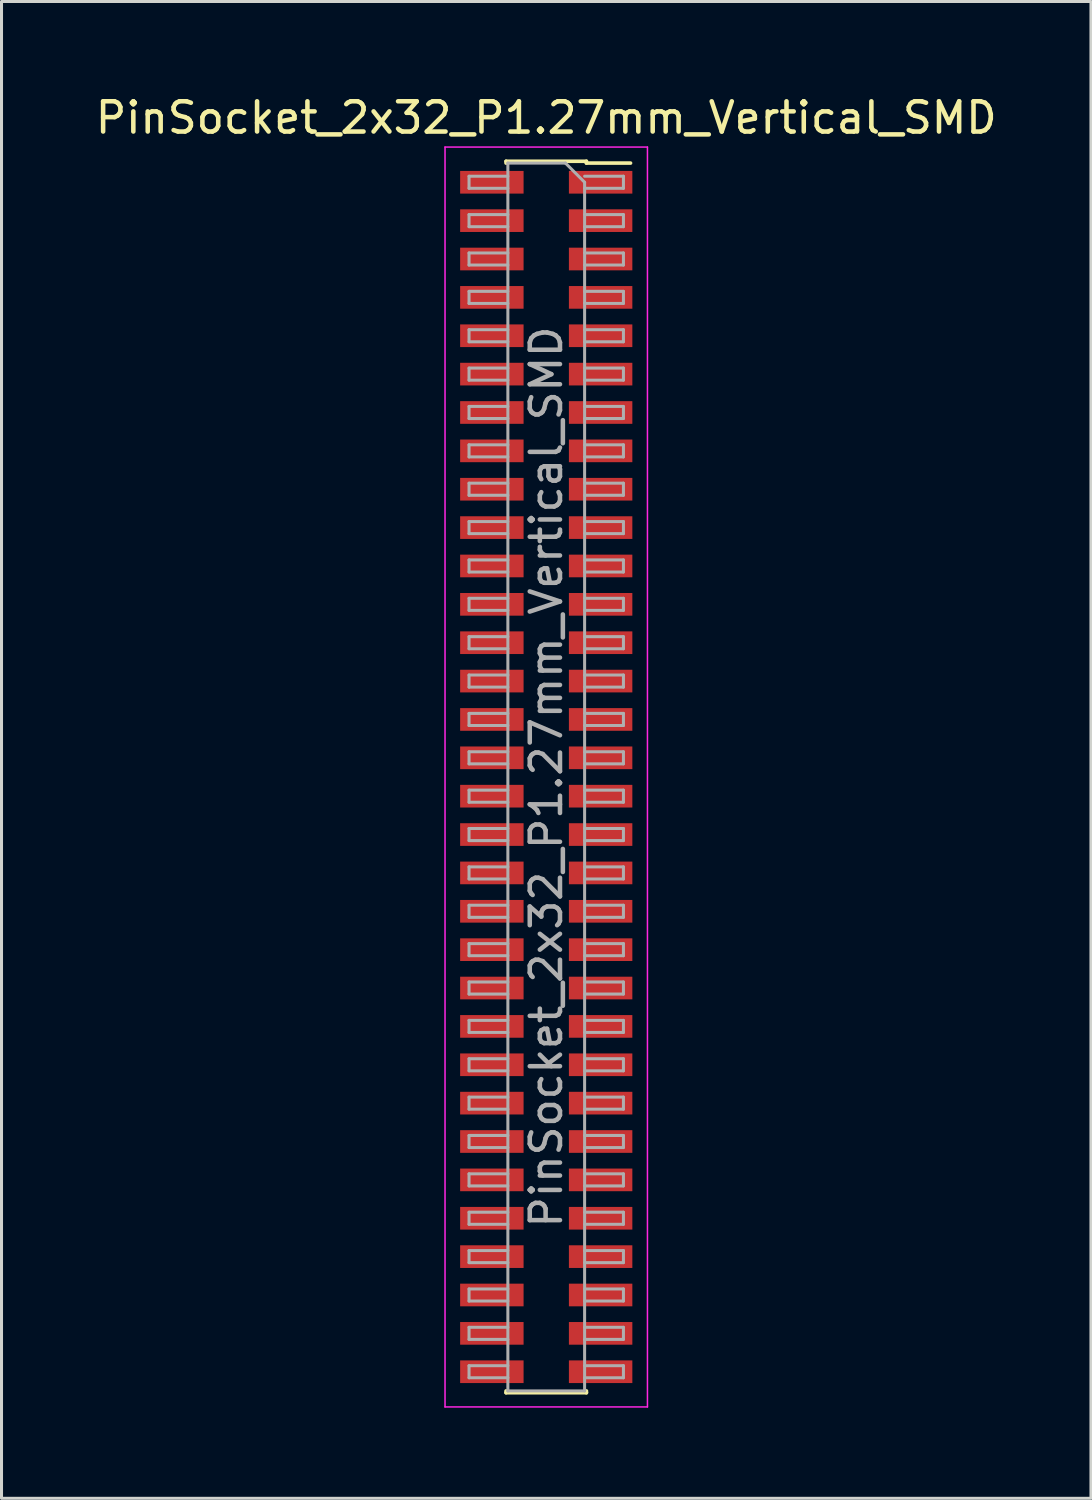
<source format=kicad_pcb>
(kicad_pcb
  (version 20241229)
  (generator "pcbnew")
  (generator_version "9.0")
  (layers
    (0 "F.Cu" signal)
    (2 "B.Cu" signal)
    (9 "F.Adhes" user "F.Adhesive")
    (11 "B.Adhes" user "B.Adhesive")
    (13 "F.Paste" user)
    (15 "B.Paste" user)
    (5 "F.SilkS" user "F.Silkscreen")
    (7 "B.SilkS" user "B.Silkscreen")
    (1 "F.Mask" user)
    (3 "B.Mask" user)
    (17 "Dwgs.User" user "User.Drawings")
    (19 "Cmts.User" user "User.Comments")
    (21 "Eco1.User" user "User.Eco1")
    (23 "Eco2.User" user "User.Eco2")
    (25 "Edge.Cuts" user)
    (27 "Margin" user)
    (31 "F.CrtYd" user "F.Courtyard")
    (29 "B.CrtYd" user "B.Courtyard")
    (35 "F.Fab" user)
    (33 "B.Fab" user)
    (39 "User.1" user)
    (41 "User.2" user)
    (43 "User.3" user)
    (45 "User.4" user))
  (footprint "PinSocket_2x32_P1.27mm_Vertical_SMD"
    (layer "F.Cu")
    (at 15.03 22.668)
    (property "Reference" "PinSocket_2x32_P1.27mm_Vertical_SMD" (at 0 -21.82 0) (layer "F.SilkS") (effects (font (size 1 1) (thickness 0.15))))
    (attr smd)
    (fp_line (start -1.33 -20.38) (end -1.33 -20.32) (stroke (width 0.12) (type solid)) (layer "F.SilkS"))
    (fp_line (start -1.33 -20.38) (end 1.33 -20.38) (stroke (width 0.12) (type solid)) (layer "F.SilkS"))
    (fp_line (start -1.33 20.32) (end -1.33 20.38) (stroke (width 0.12) (type solid)) (layer "F.SilkS"))
    (fp_line (start -1.33 20.38) (end 1.33 20.38) (stroke (width 0.12) (type solid)) (layer "F.SilkS"))
    (fp_line (start 1.33 -20.38) (end 1.33 -20.32) (stroke (width 0.12) (type solid)) (layer "F.SilkS"))
    (fp_line (start 1.33 -20.32) (end 2.79 -20.32) (stroke (width 0.12) (type solid)) (layer "F.SilkS"))
    (fp_line (start 1.33 20.32) (end 1.33 20.38) (stroke (width 0.12) (type solid)) (layer "F.SilkS"))
    (fp_line (start -3.35 -20.85) (end 3.35 -20.85) (stroke (width 0.05) (type solid)) (layer "F.CrtYd"))
    (fp_line (start -3.35 20.85) (end -3.35 -20.85) (stroke (width 0.05) (type solid)) (layer "F.CrtYd"))
    (fp_line (start 3.35 -20.85) (end 3.35 20.85) (stroke (width 0.05) (type solid)) (layer "F.CrtYd"))
    (fp_line (start 3.35 20.85) (end -3.35 20.85) (stroke (width 0.05) (type solid)) (layer "F.CrtYd"))
    (fp_line (start -2.555 -19.885) (end -1.27 -19.885) (stroke (width 0.1) (type solid)) (layer "F.Fab"))
    (fp_line (start -2.555 -19.485) (end -2.555 -19.885) (stroke (width 0.1) (type solid)) (layer "F.Fab"))
    (fp_line (start -2.555 -18.615) (end -1.27 -18.615) (stroke (width 0.1) (type solid)) (layer "F.Fab"))
    (fp_line (start -2.555 -18.215) (end -2.555 -18.615) (stroke (width 0.1) (type solid)) (layer "F.Fab"))
    (fp_line (start -2.555 -17.345) (end -1.27 -17.345) (stroke (width 0.1) (type solid)) (layer "F.Fab"))
    (fp_line (start -2.555 -16.945) (end -2.555 -17.345) (stroke (width 0.1) (type solid)) (layer "F.Fab"))
    (fp_line (start -2.555 -16.075) (end -1.27 -16.075) (stroke (width 0.1) (type solid)) (layer "F.Fab"))
    (fp_line (start -2.555 -15.675) (end -2.555 -16.075) (stroke (width 0.1) (type solid)) (layer "F.Fab"))
    (fp_line (start -2.555 -14.805) (end -1.27 -14.805) (stroke (width 0.1) (type solid)) (layer "F.Fab"))
    (fp_line (start -2.555 -14.405) (end -2.555 -14.805) (stroke (width 0.1) (type solid)) (layer "F.Fab"))
    (fp_line (start -2.555 -13.535) (end -1.27 -13.535) (stroke (width 0.1) (type solid)) (layer "F.Fab"))
    (fp_line (start -2.555 -13.135) (end -2.555 -13.535) (stroke (width 0.1) (type solid)) (layer "F.Fab"))
    (fp_line (start -2.555 -12.265) (end -1.27 -12.265) (stroke (width 0.1) (type solid)) (layer "F.Fab"))
    (fp_line (start -2.555 -11.865) (end -2.555 -12.265) (stroke (width 0.1) (type solid)) (layer "F.Fab"))
    (fp_line (start -2.555 -10.995) (end -1.27 -10.995) (stroke (width 0.1) (type solid)) (layer "F.Fab"))
    (fp_line (start -2.555 -10.595) (end -2.555 -10.995) (stroke (width 0.1) (type solid)) (layer "F.Fab"))
    (fp_line (start -2.555 -9.725) (end -1.27 -9.725) (stroke (width 0.1) (type solid)) (layer "F.Fab"))
    (fp_line (start -2.555 -9.325) (end -2.555 -9.725) (stroke (width 0.1) (type solid)) (layer "F.Fab"))
    (fp_line (start -2.555 -8.455) (end -1.27 -8.455) (stroke (width 0.1) (type solid)) (layer "F.Fab"))
    (fp_line (start -2.555 -8.055) (end -2.555 -8.455) (stroke (width 0.1) (type solid)) (layer "F.Fab"))
    (fp_line (start -2.555 -7.185) (end -1.27 -7.185) (stroke (width 0.1) (type solid)) (layer "F.Fab"))
    (fp_line (start -2.555 -6.785) (end -2.555 -7.185) (stroke (width 0.1) (type solid)) (layer "F.Fab"))
    (fp_line (start -2.555 -5.915) (end -1.27 -5.915) (stroke (width 0.1) (type solid)) (layer "F.Fab"))
    (fp_line (start -2.555 -5.515) (end -2.555 -5.915) (stroke (width 0.1) (type solid)) (layer "F.Fab"))
    (fp_line (start -2.555 -4.645) (end -1.27 -4.645) (stroke (width 0.1) (type solid)) (layer "F.Fab"))
    (fp_line (start -2.555 -4.245) (end -2.555 -4.645) (stroke (width 0.1) (type solid)) (layer "F.Fab"))
    (fp_line (start -2.555 -3.375) (end -1.27 -3.375) (stroke (width 0.1) (type solid)) (layer "F.Fab"))
    (fp_line (start -2.555 -2.975) (end -2.555 -3.375) (stroke (width 0.1) (type solid)) (layer "F.Fab"))
    (fp_line (start -2.555 -2.105) (end -1.27 -2.105) (stroke (width 0.1) (type solid)) (layer "F.Fab"))
    (fp_line (start -2.555 -1.705) (end -2.555 -2.105) (stroke (width 0.1) (type solid)) (layer "F.Fab"))
    (fp_line (start -2.555 -0.835) (end -1.27 -0.835) (stroke (width 0.1) (type solid)) (layer "F.Fab"))
    (fp_line (start -2.555 -0.435) (end -2.555 -0.835) (stroke (width 0.1) (type solid)) (layer "F.Fab"))
    (fp_line (start -2.555 0.435) (end -1.27 0.435) (stroke (width 0.1) (type solid)) (layer "F.Fab"))
    (fp_line (start -2.555 0.835) (end -2.555 0.435) (stroke (width 0.1) (type solid)) (layer "F.Fab"))
    (fp_line (start -2.555 1.705) (end -1.27 1.705) (stroke (width 0.1) (type solid)) (layer "F.Fab"))
    (fp_line (start -2.555 2.105) (end -2.555 1.705) (stroke (width 0.1) (type solid)) (layer "F.Fab"))
    (fp_line (start -2.555 2.975) (end -1.27 2.975) (stroke (width 0.1) (type solid)) (layer "F.Fab"))
    (fp_line (start -2.555 3.375) (end -2.555 2.975) (stroke (width 0.1) (type solid)) (layer "F.Fab"))
    (fp_line (start -2.555 4.245) (end -1.27 4.245) (stroke (width 0.1) (type solid)) (layer "F.Fab"))
    (fp_line (start -2.555 4.645) (end -2.555 4.245) (stroke (width 0.1) (type solid)) (layer "F.Fab"))
    (fp_line (start -2.555 5.515) (end -1.27 5.515) (stroke (width 0.1) (type solid)) (layer "F.Fab"))
    (fp_line (start -2.555 5.915) (end -2.555 5.515) (stroke (width 0.1) (type solid)) (layer "F.Fab"))
    (fp_line (start -2.555 6.785) (end -1.27 6.785) (stroke (width 0.1) (type solid)) (layer "F.Fab"))
    (fp_line (start -2.555 7.185) (end -2.555 6.785) (stroke (width 0.1) (type solid)) (layer "F.Fab"))
    (fp_line (start -2.555 8.055) (end -1.27 8.055) (stroke (width 0.1) (type solid)) (layer "F.Fab"))
    (fp_line (start -2.555 8.455) (end -2.555 8.055) (stroke (width 0.1) (type solid)) (layer "F.Fab"))
    (fp_line (start -2.555 9.325) (end -1.27 9.325) (stroke (width 0.1) (type solid)) (layer "F.Fab"))
    (fp_line (start -2.555 9.725) (end -2.555 9.325) (stroke (width 0.1) (type solid)) (layer "F.Fab"))
    (fp_line (start -2.555 10.595) (end -1.27 10.595) (stroke (width 0.1) (type solid)) (layer "F.Fab"))
    (fp_line (start -2.555 10.995) (end -2.555 10.595) (stroke (width 0.1) (type solid)) (layer "F.Fab"))
    (fp_line (start -2.555 11.865) (end -1.27 11.865) (stroke (width 0.1) (type solid)) (layer "F.Fab"))
    (fp_line (start -2.555 12.265) (end -2.555 11.865) (stroke (width 0.1) (type solid)) (layer "F.Fab"))
    (fp_line (start -2.555 13.135) (end -1.27 13.135) (stroke (width 0.1) (type solid)) (layer "F.Fab"))
    (fp_line (start -2.555 13.535) (end -2.555 13.135) (stroke (width 0.1) (type solid)) (layer "F.Fab"))
    (fp_line (start -2.555 14.405) (end -1.27 14.405) (stroke (width 0.1) (type solid)) (layer "F.Fab"))
    (fp_line (start -2.555 14.805) (end -2.555 14.405) (stroke (width 0.1) (type solid)) (layer "F.Fab"))
    (fp_line (start -2.555 15.675) (end -1.27 15.675) (stroke (width 0.1) (type solid)) (layer "F.Fab"))
    (fp_line (start -2.555 16.075) (end -2.555 15.675) (stroke (width 0.1) (type solid)) (layer "F.Fab"))
    (fp_line (start -2.555 16.945) (end -1.27 16.945) (stroke (width 0.1) (type solid)) (layer "F.Fab"))
    (fp_line (start -2.555 17.345) (end -2.555 16.945) (stroke (width 0.1) (type solid)) (layer "F.Fab"))
    (fp_line (start -2.555 18.215) (end -1.27 18.215) (stroke (width 0.1) (type solid)) (layer "F.Fab"))
    (fp_line (start -2.555 18.615) (end -2.555 18.215) (stroke (width 0.1) (type solid)) (layer "F.Fab"))
    (fp_line (start -2.555 19.485) (end -1.27 19.485) (stroke (width 0.1) (type solid)) (layer "F.Fab"))
    (fp_line (start -2.555 19.885) (end -2.555 19.485) (stroke (width 0.1) (type solid)) (layer "F.Fab"))
    (fp_line (start -1.27 -20.32) (end 0.635 -20.32) (stroke (width 0.1) (type solid)) (layer "F.Fab"))
    (fp_line (start -1.27 -19.485) (end -2.555 -19.485) (stroke (width 0.1) (type solid)) (layer "F.Fab"))
    (fp_line (start -1.27 -18.215) (end -2.555 -18.215) (stroke (width 0.1) (type solid)) (layer "F.Fab"))
    (fp_line (start -1.27 -16.945) (end -2.555 -16.945) (stroke (width 0.1) (type solid)) (layer "F.Fab"))
    (fp_line (start -1.27 -15.675) (end -2.555 -15.675) (stroke (width 0.1) (type solid)) (layer "F.Fab"))
    (fp_line (start -1.27 -14.405) (end -2.555 -14.405) (stroke (width 0.1) (type solid)) (layer "F.Fab"))
    (fp_line (start -1.27 -13.135) (end -2.555 -13.135) (stroke (width 0.1) (type solid)) (layer "F.Fab"))
    (fp_line (start -1.27 -11.865) (end -2.555 -11.865) (stroke (width 0.1) (type solid)) (layer "F.Fab"))
    (fp_line (start -1.27 -10.595) (end -2.555 -10.595) (stroke (width 0.1) (type solid)) (layer "F.Fab"))
    (fp_line (start -1.27 -9.325) (end -2.555 -9.325) (stroke (width 0.1) (type solid)) (layer "F.Fab"))
    (fp_line (start -1.27 -8.055) (end -2.555 -8.055) (stroke (width 0.1) (type solid)) (layer "F.Fab"))
    (fp_line (start -1.27 -6.785) (end -2.555 -6.785) (stroke (width 0.1) (type solid)) (layer "F.Fab"))
    (fp_line (start -1.27 -5.515) (end -2.555 -5.515) (stroke (width 0.1) (type solid)) (layer "F.Fab"))
    (fp_line (start -1.27 -4.245) (end -2.555 -4.245) (stroke (width 0.1) (type solid)) (layer "F.Fab"))
    (fp_line (start -1.27 -2.975) (end -2.555 -2.975) (stroke (width 0.1) (type solid)) (layer "F.Fab"))
    (fp_line (start -1.27 -1.705) (end -2.555 -1.705) (stroke (width 0.1) (type solid)) (layer "F.Fab"))
    (fp_line (start -1.27 -0.435) (end -2.555 -0.435) (stroke (width 0.1) (type solid)) (layer "F.Fab"))
    (fp_line (start -1.27 0.835) (end -2.555 0.835) (stroke (width 0.1) (type solid)) (layer "F.Fab"))
    (fp_line (start -1.27 2.105) (end -2.555 2.105) (stroke (width 0.1) (type solid)) (layer "F.Fab"))
    (fp_line (start -1.27 3.375) (end -2.555 3.375) (stroke (width 0.1) (type solid)) (layer "F.Fab"))
    (fp_line (start -1.27 4.645) (end -2.555 4.645) (stroke (width 0.1) (type solid)) (layer "F.Fab"))
    (fp_line (start -1.27 5.915) (end -2.555 5.915) (stroke (width 0.1) (type solid)) (layer "F.Fab"))
    (fp_line (start -1.27 7.185) (end -2.555 7.185) (stroke (width 0.1) (type solid)) (layer "F.Fab"))
    (fp_line (start -1.27 8.455) (end -2.555 8.455) (stroke (width 0.1) (type solid)) (layer "F.Fab"))
    (fp_line (start -1.27 9.725) (end -2.555 9.725) (stroke (width 0.1) (type solid)) (layer "F.Fab"))
    (fp_line (start -1.27 10.995) (end -2.555 10.995) (stroke (width 0.1) (type solid)) (layer "F.Fab"))
    (fp_line (start -1.27 12.265) (end -2.555 12.265) (stroke (width 0.1) (type solid)) (layer "F.Fab"))
    (fp_line (start -1.27 13.535) (end -2.555 13.535) (stroke (width 0.1) (type solid)) (layer "F.Fab"))
    (fp_line (start -1.27 14.805) (end -2.555 14.805) (stroke (width 0.1) (type solid)) (layer "F.Fab"))
    (fp_line (start -1.27 16.075) (end -2.555 16.075) (stroke (width 0.1) (type solid)) (layer "F.Fab"))
    (fp_line (start -1.27 17.345) (end -2.555 17.345) (stroke (width 0.1) (type solid)) (layer "F.Fab"))
    (fp_line (start -1.27 18.615) (end -2.555 18.615) (stroke (width 0.1) (type solid)) (layer "F.Fab"))
    (fp_line (start -1.27 19.885) (end -2.555 19.885) (stroke (width 0.1) (type solid)) (layer "F.Fab"))
    (fp_line (start -1.27 20.32) (end -1.27 -20.32) (stroke (width 0.1) (type solid)) (layer "F.Fab"))
    (fp_line (start 0.635 -20.32) (end 1.27 -19.685) (stroke (width 0.1) (type solid)) (layer "F.Fab"))
    (fp_line (start 1.27 -19.885) (end 2.555 -19.885) (stroke (width 0.1) (type solid)) (layer "F.Fab"))
    (fp_line (start 1.27 -19.685) (end 1.27 20.32) (stroke (width 0.1) (type solid)) (layer "F.Fab"))
    (fp_line (start 1.27 -18.615) (end 2.555 -18.615) (stroke (width 0.1) (type solid)) (layer "F.Fab"))
    (fp_line (start 1.27 -17.345) (end 2.555 -17.345) (stroke (width 0.1) (type solid)) (layer "F.Fab"))
    (fp_line (start 1.27 -16.075) (end 2.555 -16.075) (stroke (width 0.1) (type solid)) (layer "F.Fab"))
    (fp_line (start 1.27 -14.805) (end 2.555 -14.805) (stroke (width 0.1) (type solid)) (layer "F.Fab"))
    (fp_line (start 1.27 -13.535) (end 2.555 -13.535) (stroke (width 0.1) (type solid)) (layer "F.Fab"))
    (fp_line (start 1.27 -12.265) (end 2.555 -12.265) (stroke (width 0.1) (type solid)) (layer "F.Fab"))
    (fp_line (start 1.27 -10.995) (end 2.555 -10.995) (stroke (width 0.1) (type solid)) (layer "F.Fab"))
    (fp_line (start 1.27 -9.725) (end 2.555 -9.725) (stroke (width 0.1) (type solid)) (layer "F.Fab"))
    (fp_line (start 1.27 -8.455) (end 2.555 -8.455) (stroke (width 0.1) (type solid)) (layer "F.Fab"))
    (fp_line (start 1.27 -7.185) (end 2.555 -7.185) (stroke (width 0.1) (type solid)) (layer "F.Fab"))
    (fp_line (start 1.27 -5.915) (end 2.555 -5.915) (stroke (width 0.1) (type solid)) (layer "F.Fab"))
    (fp_line (start 1.27 -4.645) (end 2.555 -4.645) (stroke (width 0.1) (type solid)) (layer "F.Fab"))
    (fp_line (start 1.27 -3.375) (end 2.555 -3.375) (stroke (width 0.1) (type solid)) (layer "F.Fab"))
    (fp_line (start 1.27 -2.105) (end 2.555 -2.105) (stroke (width 0.1) (type solid)) (layer "F.Fab"))
    (fp_line (start 1.27 -0.835) (end 2.555 -0.835) (stroke (width 0.1) (type solid)) (layer "F.Fab"))
    (fp_line (start 1.27 0.435) (end 2.555 0.435) (stroke (width 0.1) (type solid)) (layer "F.Fab"))
    (fp_line (start 1.27 1.705) (end 2.555 1.705) (stroke (width 0.1) (type solid)) (layer "F.Fab"))
    (fp_line (start 1.27 2.975) (end 2.555 2.975) (stroke (width 0.1) (type solid)) (layer "F.Fab"))
    (fp_line (start 1.27 4.245) (end 2.555 4.245) (stroke (width 0.1) (type solid)) (layer "F.Fab"))
    (fp_line (start 1.27 5.515) (end 2.555 5.515) (stroke (width 0.1) (type solid)) (layer "F.Fab"))
    (fp_line (start 1.27 6.785) (end 2.555 6.785) (stroke (width 0.1) (type solid)) (layer "F.Fab"))
    (fp_line (start 1.27 8.055) (end 2.555 8.055) (stroke (width 0.1) (type solid)) (layer "F.Fab"))
    (fp_line (start 1.27 9.325) (end 2.555 9.325) (stroke (width 0.1) (type solid)) (layer "F.Fab"))
    (fp_line (start 1.27 10.595) (end 2.555 10.595) (stroke (width 0.1) (type solid)) (layer "F.Fab"))
    (fp_line (start 1.27 11.865) (end 2.555 11.865) (stroke (width 0.1) (type solid)) (layer "F.Fab"))
    (fp_line (start 1.27 13.135) (end 2.555 13.135) (stroke (width 0.1) (type solid)) (layer "F.Fab"))
    (fp_line (start 1.27 14.405) (end 2.555 14.405) (stroke (width 0.1) (type solid)) (layer "F.Fab"))
    (fp_line (start 1.27 15.675) (end 2.555 15.675) (stroke (width 0.1) (type solid)) (layer "F.Fab"))
    (fp_line (start 1.27 16.945) (end 2.555 16.945) (stroke (width 0.1) (type solid)) (layer "F.Fab"))
    (fp_line (start 1.27 18.215) (end 2.555 18.215) (stroke (width 0.1) (type solid)) (layer "F.Fab"))
    (fp_line (start 1.27 19.485) (end 2.555 19.485) (stroke (width 0.1) (type solid)) (layer "F.Fab"))
    (fp_line (start 1.27 20.32) (end -1.27 20.32) (stroke (width 0.1) (type solid)) (layer "F.Fab"))
    (fp_line (start 2.555 -19.885) (end 2.555 -19.485) (stroke (width 0.1) (type solid)) (layer "F.Fab"))
    (fp_line (start 2.555 -19.485) (end 1.27 -19.485) (stroke (width 0.1) (type solid)) (layer "F.Fab"))
    (fp_line (start 2.555 -18.615) (end 2.555 -18.215) (stroke (width 0.1) (type solid)) (layer "F.Fab"))
    (fp_line (start 2.555 -18.215) (end 1.27 -18.215) (stroke (width 0.1) (type solid)) (layer "F.Fab"))
    (fp_line (start 2.555 -17.345) (end 2.555 -16.945) (stroke (width 0.1) (type solid)) (layer "F.Fab"))
    (fp_line (start 2.555 -16.945) (end 1.27 -16.945) (stroke (width 0.1) (type solid)) (layer "F.Fab"))
    (fp_line (start 2.555 -16.075) (end 2.555 -15.675) (stroke (width 0.1) (type solid)) (layer "F.Fab"))
    (fp_line (start 2.555 -15.675) (end 1.27 -15.675) (stroke (width 0.1) (type solid)) (layer "F.Fab"))
    (fp_line (start 2.555 -14.805) (end 2.555 -14.405) (stroke (width 0.1) (type solid)) (layer "F.Fab"))
    (fp_line (start 2.555 -14.405) (end 1.27 -14.405) (stroke (width 0.1) (type solid)) (layer "F.Fab"))
    (fp_line (start 2.555 -13.535) (end 2.555 -13.135) (stroke (width 0.1) (type solid)) (layer "F.Fab"))
    (fp_line (start 2.555 -13.135) (end 1.27 -13.135) (stroke (width 0.1) (type solid)) (layer "F.Fab"))
    (fp_line (start 2.555 -12.265) (end 2.555 -11.865) (stroke (width 0.1) (type solid)) (layer "F.Fab"))
    (fp_line (start 2.555 -11.865) (end 1.27 -11.865) (stroke (width 0.1) (type solid)) (layer "F.Fab"))
    (fp_line (start 2.555 -10.995) (end 2.555 -10.595) (stroke (width 0.1) (type solid)) (layer "F.Fab"))
    (fp_line (start 2.555 -10.595) (end 1.27 -10.595) (stroke (width 0.1) (type solid)) (layer "F.Fab"))
    (fp_line (start 2.555 -9.725) (end 2.555 -9.325) (stroke (width 0.1) (type solid)) (layer "F.Fab"))
    (fp_line (start 2.555 -9.325) (end 1.27 -9.325) (stroke (width 0.1) (type solid)) (layer "F.Fab"))
    (fp_line (start 2.555 -8.455) (end 2.555 -8.055) (stroke (width 0.1) (type solid)) (layer "F.Fab"))
    (fp_line (start 2.555 -8.055) (end 1.27 -8.055) (stroke (width 0.1) (type solid)) (layer "F.Fab"))
    (fp_line (start 2.555 -7.185) (end 2.555 -6.785) (stroke (width 0.1) (type solid)) (layer "F.Fab"))
    (fp_line (start 2.555 -6.785) (end 1.27 -6.785) (stroke (width 0.1) (type solid)) (layer "F.Fab"))
    (fp_line (start 2.555 -5.915) (end 2.555 -5.515) (stroke (width 0.1) (type solid)) (layer "F.Fab"))
    (fp_line (start 2.555 -5.515) (end 1.27 -5.515) (stroke (width 0.1) (type solid)) (layer "F.Fab"))
    (fp_line (start 2.555 -4.645) (end 2.555 -4.245) (stroke (width 0.1) (type solid)) (layer "F.Fab"))
    (fp_line (start 2.555 -4.245) (end 1.27 -4.245) (stroke (width 0.1) (type solid)) (layer "F.Fab"))
    (fp_line (start 2.555 -3.375) (end 2.555 -2.975) (stroke (width 0.1) (type solid)) (layer "F.Fab"))
    (fp_line (start 2.555 -2.975) (end 1.27 -2.975) (stroke (width 0.1) (type solid)) (layer "F.Fab"))
    (fp_line (start 2.555 -2.105) (end 2.555 -1.705) (stroke (width 0.1) (type solid)) (layer "F.Fab"))
    (fp_line (start 2.555 -1.705) (end 1.27 -1.705) (stroke (width 0.1) (type solid)) (layer "F.Fab"))
    (fp_line (start 2.555 -0.835) (end 2.555 -0.435) (stroke (width 0.1) (type solid)) (layer "F.Fab"))
    (fp_line (start 2.555 -0.435) (end 1.27 -0.435) (stroke (width 0.1) (type solid)) (layer "F.Fab"))
    (fp_line (start 2.555 0.435) (end 2.555 0.835) (stroke (width 0.1) (type solid)) (layer "F.Fab"))
    (fp_line (start 2.555 0.835) (end 1.27 0.835) (stroke (width 0.1) (type solid)) (layer "F.Fab"))
    (fp_line (start 2.555 1.705) (end 2.555 2.105) (stroke (width 0.1) (type solid)) (layer "F.Fab"))
    (fp_line (start 2.555 2.105) (end 1.27 2.105) (stroke (width 0.1) (type solid)) (layer "F.Fab"))
    (fp_line (start 2.555 2.975) (end 2.555 3.375) (stroke (width 0.1) (type solid)) (layer "F.Fab"))
    (fp_line (start 2.555 3.375) (end 1.27 3.375) (stroke (width 0.1) (type solid)) (layer "F.Fab"))
    (fp_line (start 2.555 4.245) (end 2.555 4.645) (stroke (width 0.1) (type solid)) (layer "F.Fab"))
    (fp_line (start 2.555 4.645) (end 1.27 4.645) (stroke (width 0.1) (type solid)) (layer "F.Fab"))
    (fp_line (start 2.555 5.515) (end 2.555 5.915) (stroke (width 0.1) (type solid)) (layer "F.Fab"))
    (fp_line (start 2.555 5.915) (end 1.27 5.915) (stroke (width 0.1) (type solid)) (layer "F.Fab"))
    (fp_line (start 2.555 6.785) (end 2.555 7.185) (stroke (width 0.1) (type solid)) (layer "F.Fab"))
    (fp_line (start 2.555 7.185) (end 1.27 7.185) (stroke (width 0.1) (type solid)) (layer "F.Fab"))
    (fp_line (start 2.555 8.055) (end 2.555 8.455) (stroke (width 0.1) (type solid)) (layer "F.Fab"))
    (fp_line (start 2.555 8.455) (end 1.27 8.455) (stroke (width 0.1) (type solid)) (layer "F.Fab"))
    (fp_line (start 2.555 9.325) (end 2.555 9.725) (stroke (width 0.1) (type solid)) (layer "F.Fab"))
    (fp_line (start 2.555 9.725) (end 1.27 9.725) (stroke (width 0.1) (type solid)) (layer "F.Fab"))
    (fp_line (start 2.555 10.595) (end 2.555 10.995) (stroke (width 0.1) (type solid)) (layer "F.Fab"))
    (fp_line (start 2.555 10.995) (end 1.27 10.995) (stroke (width 0.1) (type solid)) (layer "F.Fab"))
    (fp_line (start 2.555 11.865) (end 2.555 12.265) (stroke (width 0.1) (type solid)) (layer "F.Fab"))
    (fp_line (start 2.555 12.265) (end 1.27 12.265) (stroke (width 0.1) (type solid)) (layer "F.Fab"))
    (fp_line (start 2.555 13.135) (end 2.555 13.535) (stroke (width 0.1) (type solid)) (layer "F.Fab"))
    (fp_line (start 2.555 13.535) (end 1.27 13.535) (stroke (width 0.1) (type solid)) (layer "F.Fab"))
    (fp_line (start 2.555 14.405) (end 2.555 14.805) (stroke (width 0.1) (type solid)) (layer "F.Fab"))
    (fp_line (start 2.555 14.805) (end 1.27 14.805) (stroke (width 0.1) (type solid)) (layer "F.Fab"))
    (fp_line (start 2.555 15.675) (end 2.555 16.075) (stroke (width 0.1) (type solid)) (layer "F.Fab"))
    (fp_line (start 2.555 16.075) (end 1.27 16.075) (stroke (width 0.1) (type solid)) (layer "F.Fab"))
    (fp_line (start 2.555 16.945) (end 2.555 17.345) (stroke (width 0.1) (type solid)) (layer "F.Fab"))
    (fp_line (start 2.555 17.345) (end 1.27 17.345) (stroke (width 0.1) (type solid)) (layer "F.Fab"))
    (fp_line (start 2.555 18.215) (end 2.555 18.615) (stroke (width 0.1) (type solid)) (layer "F.Fab"))
    (fp_line (start 2.555 18.615) (end 1.27 18.615) (stroke (width 0.1) (type solid)) (layer "F.Fab"))
    (fp_line (start 2.555 19.485) (end 2.555 19.885) (stroke (width 0.1) (type solid)) (layer "F.Fab"))
    (fp_line (start 2.555 19.885) (end 1.27 19.885) (stroke (width 0.1) (type solid)) (layer "F.Fab"))
    (fp_text user "${REFERENCE}" (at 0 0 90) (layer "F.Fab") (effects (font (size 1 1) (thickness 0.15))))
    (pad "1" smd rect (at 1.8 -19.685) (size 2.1 0.75) (layers "F.Cu" "F.Mask" "F.Paste"))
    (pad "2" smd rect (at -1.8 -19.685) (size 2.1 0.75) (layers "F.Cu" "F.Mask" "F.Paste"))
    (pad "3" smd rect (at 1.8 -18.415) (size 2.1 0.75) (layers "F.Cu" "F.Mask" "F.Paste"))
    (pad "4" smd rect (at -1.8 -18.415) (size 2.1 0.75) (layers "F.Cu" "F.Mask" "F.Paste"))
    (pad "5" smd rect (at 1.8 -17.145) (size 2.1 0.75) (layers "F.Cu" "F.Mask" "F.Paste"))
    (pad "6" smd rect (at -1.8 -17.145) (size 2.1 0.75) (layers "F.Cu" "F.Mask" "F.Paste"))
    (pad "7" smd rect (at 1.8 -15.875) (size 2.1 0.75) (layers "F.Cu" "F.Mask" "F.Paste"))
    (pad "8" smd rect (at -1.8 -15.875) (size 2.1 0.75) (layers "F.Cu" "F.Mask" "F.Paste"))
    (pad "9" smd rect (at 1.8 -14.605) (size 2.1 0.75) (layers "F.Cu" "F.Mask" "F.Paste"))
    (pad "10" smd rect (at -1.8 -14.605) (size 2.1 0.75) (layers "F.Cu" "F.Mask" "F.Paste"))
    (pad "11" smd rect (at 1.8 -13.335) (size 2.1 0.75) (layers "F.Cu" "F.Mask" "F.Paste"))
    (pad "12" smd rect (at -1.8 -13.335) (size 2.1 0.75) (layers "F.Cu" "F.Mask" "F.Paste"))
    (pad "13" smd rect (at 1.8 -12.065) (size 2.1 0.75) (layers "F.Cu" "F.Mask" "F.Paste"))
    (pad "14" smd rect (at -1.8 -12.065) (size 2.1 0.75) (layers "F.Cu" "F.Mask" "F.Paste"))
    (pad "15" smd rect (at 1.8 -10.795) (size 2.1 0.75) (layers "F.Cu" "F.Mask" "F.Paste"))
    (pad "16" smd rect (at -1.8 -10.795) (size 2.1 0.75) (layers "F.Cu" "F.Mask" "F.Paste"))
    (pad "17" smd rect (at 1.8 -9.525) (size 2.1 0.75) (layers "F.Cu" "F.Mask" "F.Paste"))
    (pad "18" smd rect (at -1.8 -9.525) (size 2.1 0.75) (layers "F.Cu" "F.Mask" "F.Paste"))
    (pad "19" smd rect (at 1.8 -8.255) (size 2.1 0.75) (layers "F.Cu" "F.Mask" "F.Paste"))
    (pad "20" smd rect (at -1.8 -8.255) (size 2.1 0.75) (layers "F.Cu" "F.Mask" "F.Paste"))
    (pad "21" smd rect (at 1.8 -6.985) (size 2.1 0.75) (layers "F.Cu" "F.Mask" "F.Paste"))
    (pad "22" smd rect (at -1.8 -6.985) (size 2.1 0.75) (layers "F.Cu" "F.Mask" "F.Paste"))
    (pad "23" smd rect (at 1.8 -5.715) (size 2.1 0.75) (layers "F.Cu" "F.Mask" "F.Paste"))
    (pad "24" smd rect (at -1.8 -5.715) (size 2.1 0.75) (layers "F.Cu" "F.Mask" "F.Paste"))
    (pad "25" smd rect (at 1.8 -4.445) (size 2.1 0.75) (layers "F.Cu" "F.Mask" "F.Paste"))
    (pad "26" smd rect (at -1.8 -4.445) (size 2.1 0.75) (layers "F.Cu" "F.Mask" "F.Paste"))
    (pad "27" smd rect (at 1.8 -3.175) (size 2.1 0.75) (layers "F.Cu" "F.Mask" "F.Paste"))
    (pad "28" smd rect (at -1.8 -3.175) (size 2.1 0.75) (layers "F.Cu" "F.Mask" "F.Paste"))
    (pad "29" smd rect (at 1.8 -1.905) (size 2.1 0.75) (layers "F.Cu" "F.Mask" "F.Paste"))
    (pad "30" smd rect (at -1.8 -1.905) (size 2.1 0.75) (layers "F.Cu" "F.Mask" "F.Paste"))
    (pad "31" smd rect (at 1.8 -0.635) (size 2.1 0.75) (layers "F.Cu" "F.Mask" "F.Paste"))
    (pad "32" smd rect (at -1.8 -0.635) (size 2.1 0.75) (layers "F.Cu" "F.Mask" "F.Paste"))
    (pad "33" smd rect (at 1.8 0.635) (size 2.1 0.75) (layers "F.Cu" "F.Mask" "F.Paste"))
    (pad "34" smd rect (at -1.8 0.635) (size 2.1 0.75) (layers "F.Cu" "F.Mask" "F.Paste"))
    (pad "35" smd rect (at 1.8 1.905) (size 2.1 0.75) (layers "F.Cu" "F.Mask" "F.Paste"))
    (pad "36" smd rect (at -1.8 1.905) (size 2.1 0.75) (layers "F.Cu" "F.Mask" "F.Paste"))
    (pad "37" smd rect (at 1.8 3.175) (size 2.1 0.75) (layers "F.Cu" "F.Mask" "F.Paste"))
    (pad "38" smd rect (at -1.8 3.175) (size 2.1 0.75) (layers "F.Cu" "F.Mask" "F.Paste"))
    (pad "39" smd rect (at 1.8 4.445) (size 2.1 0.75) (layers "F.Cu" "F.Mask" "F.Paste"))
    (pad "40" smd rect (at -1.8 4.445) (size 2.1 0.75) (layers "F.Cu" "F.Mask" "F.Paste"))
    (pad "41" smd rect (at 1.8 5.715) (size 2.1 0.75) (layers "F.Cu" "F.Mask" "F.Paste"))
    (pad "42" smd rect (at -1.8 5.715) (size 2.1 0.75) (layers "F.Cu" "F.Mask" "F.Paste"))
    (pad "43" smd rect (at 1.8 6.985) (size 2.1 0.75) (layers "F.Cu" "F.Mask" "F.Paste"))
    (pad "44" smd rect (at -1.8 6.985) (size 2.1 0.75) (layers "F.Cu" "F.Mask" "F.Paste"))
    (pad "45" smd rect (at 1.8 8.255) (size 2.1 0.75) (layers "F.Cu" "F.Mask" "F.Paste"))
    (pad "46" smd rect (at -1.8 8.255) (size 2.1 0.75) (layers "F.Cu" "F.Mask" "F.Paste"))
    (pad "47" smd rect (at 1.8 9.525) (size 2.1 0.75) (layers "F.Cu" "F.Mask" "F.Paste"))
    (pad "48" smd rect (at -1.8 9.525) (size 2.1 0.75) (layers "F.Cu" "F.Mask" "F.Paste"))
    (pad "49" smd rect (at 1.8 10.795) (size 2.1 0.75) (layers "F.Cu" "F.Mask" "F.Paste"))
    (pad "50" smd rect (at -1.8 10.795) (size 2.1 0.75) (layers "F.Cu" "F.Mask" "F.Paste"))
    (pad "51" smd rect (at 1.8 12.065) (size 2.1 0.75) (layers "F.Cu" "F.Mask" "F.Paste"))
    (pad "52" smd rect (at -1.8 12.065) (size 2.1 0.75) (layers "F.Cu" "F.Mask" "F.Paste"))
    (pad "53" smd rect (at 1.8 13.335) (size 2.1 0.75) (layers "F.Cu" "F.Mask" "F.Paste"))
    (pad "54" smd rect (at -1.8 13.335) (size 2.1 0.75) (layers "F.Cu" "F.Mask" "F.Paste"))
    (pad "55" smd rect (at 1.8 14.605) (size 2.1 0.75) (layers "F.Cu" "F.Mask" "F.Paste"))
    (pad "56" smd rect (at -1.8 14.605) (size 2.1 0.75) (layers "F.Cu" "F.Mask" "F.Paste"))
    (pad "57" smd rect (at 1.8 15.875) (size 2.1 0.75) (layers "F.Cu" "F.Mask" "F.Paste"))
    (pad "58" smd rect (at -1.8 15.875) (size 2.1 0.75) (layers "F.Cu" "F.Mask" "F.Paste"))
    (pad "59" smd rect (at 1.8 17.145) (size 2.1 0.75) (layers "F.Cu" "F.Mask" "F.Paste"))
    (pad "60" smd rect (at -1.8 17.145) (size 2.1 0.75) (layers "F.Cu" "F.Mask" "F.Paste"))
    (pad "61" smd rect (at 1.8 18.415) (size 2.1 0.75) (layers "F.Cu" "F.Mask" "F.Paste"))
    (pad "62" smd rect (at -1.8 18.415) (size 2.1 0.75) (layers "F.Cu" "F.Mask" "F.Paste"))
    (pad "63" smd rect (at 1.8 19.685) (size 2.1 0.75) (layers "F.Cu" "F.Mask" "F.Paste"))
    (pad "64" smd rect (at -1.8 19.685) (size 2.1 0.75) (layers "F.Cu" "F.Mask" "F.Paste")))
  (gr_rect
    (start -3 -3)
    (end 33.06 46.543)
    (stroke (width 0.1) (type default))
    (fill no)
    (layer "Edge.Cuts")))
</source>
